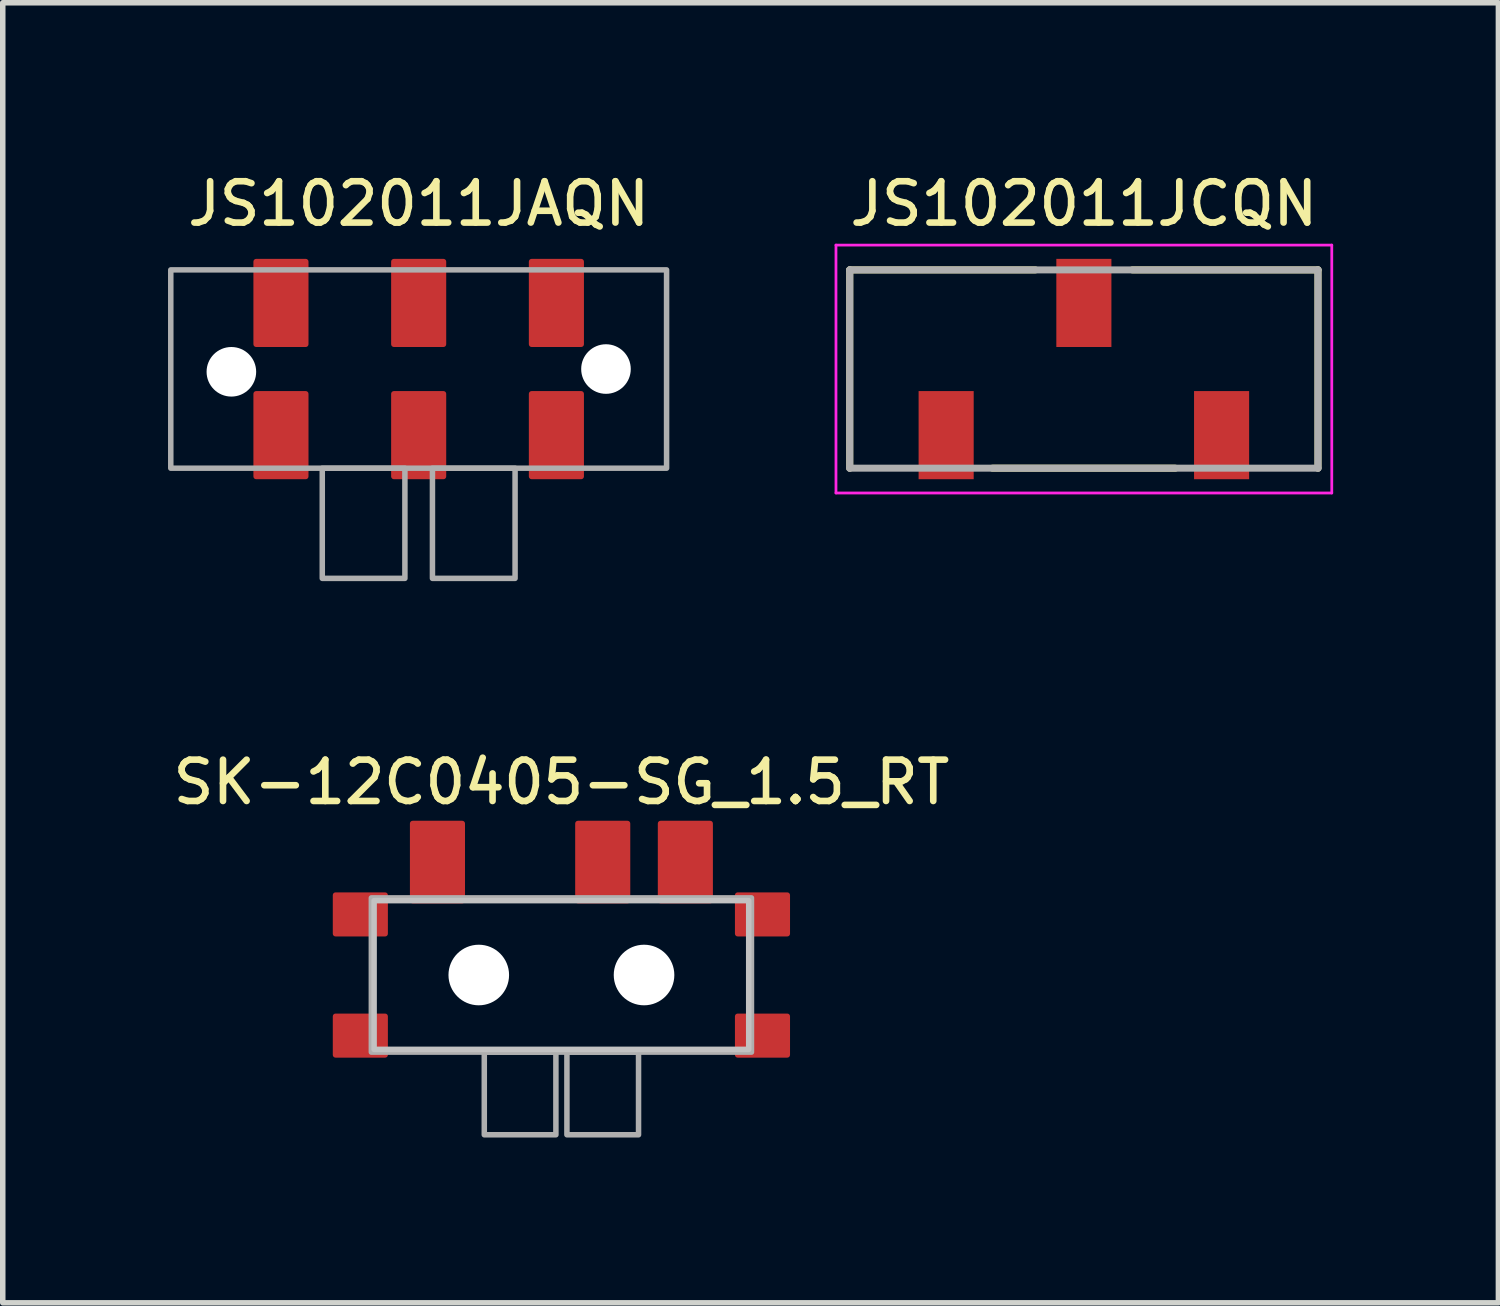
<source format=kicad_pcb>
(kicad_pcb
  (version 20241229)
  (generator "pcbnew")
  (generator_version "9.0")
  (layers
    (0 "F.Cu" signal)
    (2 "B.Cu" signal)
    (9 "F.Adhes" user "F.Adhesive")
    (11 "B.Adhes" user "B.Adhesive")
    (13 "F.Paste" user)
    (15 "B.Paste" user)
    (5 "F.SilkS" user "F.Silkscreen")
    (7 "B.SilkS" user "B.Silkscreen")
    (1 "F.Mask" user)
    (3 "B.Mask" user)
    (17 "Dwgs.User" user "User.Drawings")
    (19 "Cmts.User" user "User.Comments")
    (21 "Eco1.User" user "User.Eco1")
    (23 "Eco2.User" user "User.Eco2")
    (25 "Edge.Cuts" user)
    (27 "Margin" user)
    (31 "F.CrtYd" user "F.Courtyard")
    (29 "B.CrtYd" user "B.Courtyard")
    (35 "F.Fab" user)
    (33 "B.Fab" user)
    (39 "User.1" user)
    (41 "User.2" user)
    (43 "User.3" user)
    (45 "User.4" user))
  (footprint "JS102011JCQN"
    (layer "F.Cu")
    (at 16.625 3.649)
    (property "Reference" "JS102011JCQN" (at 0 -3 0) (layer "F.SilkS") (effects (font (size 0.75 0.75) (thickness 0.12))))
    (attr smd)
    (fp_line (start -4.25 -1.8) (end -0.88 -1.8) (stroke (width 0.127) (type solid)) (layer "F.SilkS"))
    (fp_line (start -4.25 1.8) (end -4.25 -1.8) (stroke (width 0.127) (type solid)) (layer "F.SilkS"))
    (fp_line (start 0.88 -1.8) (end 4.25 -1.8) (stroke (width 0.127) (type solid)) (layer "F.SilkS"))
    (fp_line (start 1.66 1.8) (end -1.66 1.8) (stroke (width 0.127) (type solid)) (layer "F.SilkS"))
    (fp_line (start 4.25 -1.8) (end 4.25 1.8) (stroke (width 0.127) (type solid)) (layer "F.SilkS"))
    (fp_line (start -4.5 -2.25) (end 4.5 -2.25) (stroke (width 0.05) (type solid)) (layer "F.CrtYd"))
    (fp_line (start -4.5 2.25) (end -4.5 -2.25) (stroke (width 0.05) (type solid)) (layer "F.CrtYd"))
    (fp_line (start 4.5 -2.25) (end 4.5 2.25) (stroke (width 0.05) (type solid)) (layer "F.CrtYd"))
    (fp_line (start 4.5 2.25) (end -4.5 2.25) (stroke (width 0.05) (type solid)) (layer "F.CrtYd"))
    (fp_line (start -4.25 -1.8) (end 4.25 -1.8) (stroke (width 0.127) (type solid)) (layer "F.Fab"))
    (fp_line (start -4.25 1.8) (end -4.25 -1.8) (stroke (width 0.127) (type solid)) (layer "F.Fab"))
    (fp_line (start 4.25 -1.8) (end 4.25 1.8) (stroke (width 0.127) (type solid)) (layer "F.Fab"))
    (fp_line (start 4.25 1.8) (end -4.25 1.8) (stroke (width 0.127) (type solid)) (layer "F.Fab"))
    (pad "1" smd rect (at -2.5 1.2) (size 1 1.6) (layers "F.Cu" "F.Mask" "F.Paste"))
    (pad "2" smd rect (at 0 -1.2) (size 1 1.6) (layers "F.Cu" "F.Mask" "F.Paste"))
    (pad "3" smd rect (at 2.5 1.2) (size 1 1.6) (layers "F.Cu" "F.Mask" "F.Paste")))
  (footprint "SK-12C0405-SG_1.5_RT"
    (layer "F.Cu")
    (at 7.141 14.649)
    (property "Reference" "SK-12C0405-SG_1.5_RT" (at 0 -3.5 0) (unlocked yes) (layer "F.SilkS") (effects (font (size 0.75 0.75) (thickness 0.12))))
    (attr smd)
    (fp_rect (start -3.4 -1.35) (end 3.4 1.35) (stroke (width 0.1) (type solid)) (fill no) (layer "Dwgs.User"))
    (fp_rect (start -3.45 -1.4) (end 3.45 1.4) (stroke (width 0.1) (type solid)) (fill no) (layer "F.Fab"))
    (fp_rect (start -1.4 1.4) (end -0.1 2.9) (stroke (width 0.1) (type solid)) (fill no) (layer "F.Fab"))
    (fp_rect (start 0.1 1.4) (end 1.4 2.9) (stroke (width 0.1) (type solid)) (fill no) (layer "F.Fab"))
    (pad "" np_thru_hole circle (at -1.5 0) (size 1.1 1.1) (drill 1.1) (layers "*.Cu" "*.Mask"))
    (pad "" np_thru_hole circle (at 1.5 0) (size 1.1 1.1) (drill 1.1) (layers "*.Cu" "*.Mask"))
    (pad "1" smd roundrect (at 2.25 -2.05) (size 1 1.5) (layers "F.Cu" "F.Mask" "F.Paste") (roundrect_rratio 0.05))
    (pad "2" smd roundrect (at 0.75 -2.05) (size 1 1.5) (layers "F.Cu" "F.Mask" "F.Paste") (roundrect_rratio 0.05))
    (pad "3" smd roundrect (at -2.25 -2.05) (size 1 1.5) (layers "F.Cu" "F.Mask" "F.Paste") (roundrect_rratio 0.05))
    (pad "MP" smd roundrect (at -3.65 -1.1) (size 1 0.8) (layers "F.Cu" "F.Mask" "F.Paste") (roundrect_rratio 0.062))
    (pad "MP" smd roundrect (at -3.65 1.1) (size 1 0.8) (layers "F.Cu" "F.Mask" "F.Paste") (roundrect_rratio 0.062))
    (pad "MP" smd roundrect (at 3.65 -1.1) (size 1 0.8) (layers "F.Cu" "F.Mask" "F.Paste") (roundrect_rratio 0.062))
    (pad "MP" smd roundrect (at 3.65 1.1) (size 1 0.8) (layers "F.Cu" "F.Mask" "F.Paste") (roundrect_rratio 0.062)))
  (footprint "JS102011JAQN"
    (layer "F.Cu")
    (at 4.55 3.649)
    (property "Reference" "JS102011JAQN" (at 0 -3 0) (unlocked yes) (layer "F.SilkS") (effects (font (size 0.75 0.75) (thickness 0.12))))
    (property "Datasheet" "" (at 0 0 0) (unlocked yes) (layer "F.Fab") (effects (font (size 0.5 0.5) (thickness 0.05))))
    (property "Description" "" (at 0 0 0) (unlocked yes) (layer "F.Fab") (effects (font (size 0.5 0.5) (thickness 0.05))))
    (attr smd)
    (fp_rect (start -4.5 -1.8) (end 4.5 1.8) (stroke (width 0.1) (type solid)) (fill no) (layer "F.Fab"))
    (fp_rect (start -1.75 1.8) (end -0.25 3.8) (stroke (width 0.1) (type default)) (fill no) (layer "F.Fab"))
    (fp_rect (start 0.25 1.8) (end 1.75 3.8) (stroke (width 0.1) (type default)) (fill no) (layer "F.Fab"))
    (pad "" np_thru_hole circle (at -3.4 0.05) (size 0.9 0.9) (drill 0.9) (layers "*.Cu" "*.Mask"))
    (pad "" np_thru_hole circle (at 3.4 0) (size 0.9 0.9) (drill 0.9) (layers "*.Cu" "*.Mask"))
    (pad "1" smd roundrect (at -2.5 1.2) (size 1 1.6) (layers "F.Cu" "F.Mask" "F.Paste") (roundrect_rratio 0.05))
    (pad "2" smd roundrect (at 0 1.2) (size 1 1.6) (layers "F.Cu" "F.Mask" "F.Paste") (roundrect_rratio 0.05))
    (pad "3" smd roundrect (at 2.5 1.2) (size 1 1.6) (layers "F.Cu" "F.Mask" "F.Paste") (roundrect_rratio 0.05))
    (pad "4" smd roundrect (at 2.5 -1.2) (size 1 1.6) (layers "F.Cu" "F.Mask" "F.Paste") (roundrect_rratio 0.05))
    (pad "5" smd roundrect (at 0 -1.2) (size 1 1.6) (layers "F.Cu" "F.Mask" "F.Paste") (roundrect_rratio 0.05))
    (pad "6" smd roundrect (at -2.5 -1.2) (size 1 1.6) (layers "F.Cu" "F.Mask" "F.Paste") (roundrect_rratio 0.05)))
  (gr_rect
    (start -3 -3)
    (end 24.15 20.599)
    (stroke (width 0.1) (type default))
    (fill no)
    (layer "Edge.Cuts")))
</source>
